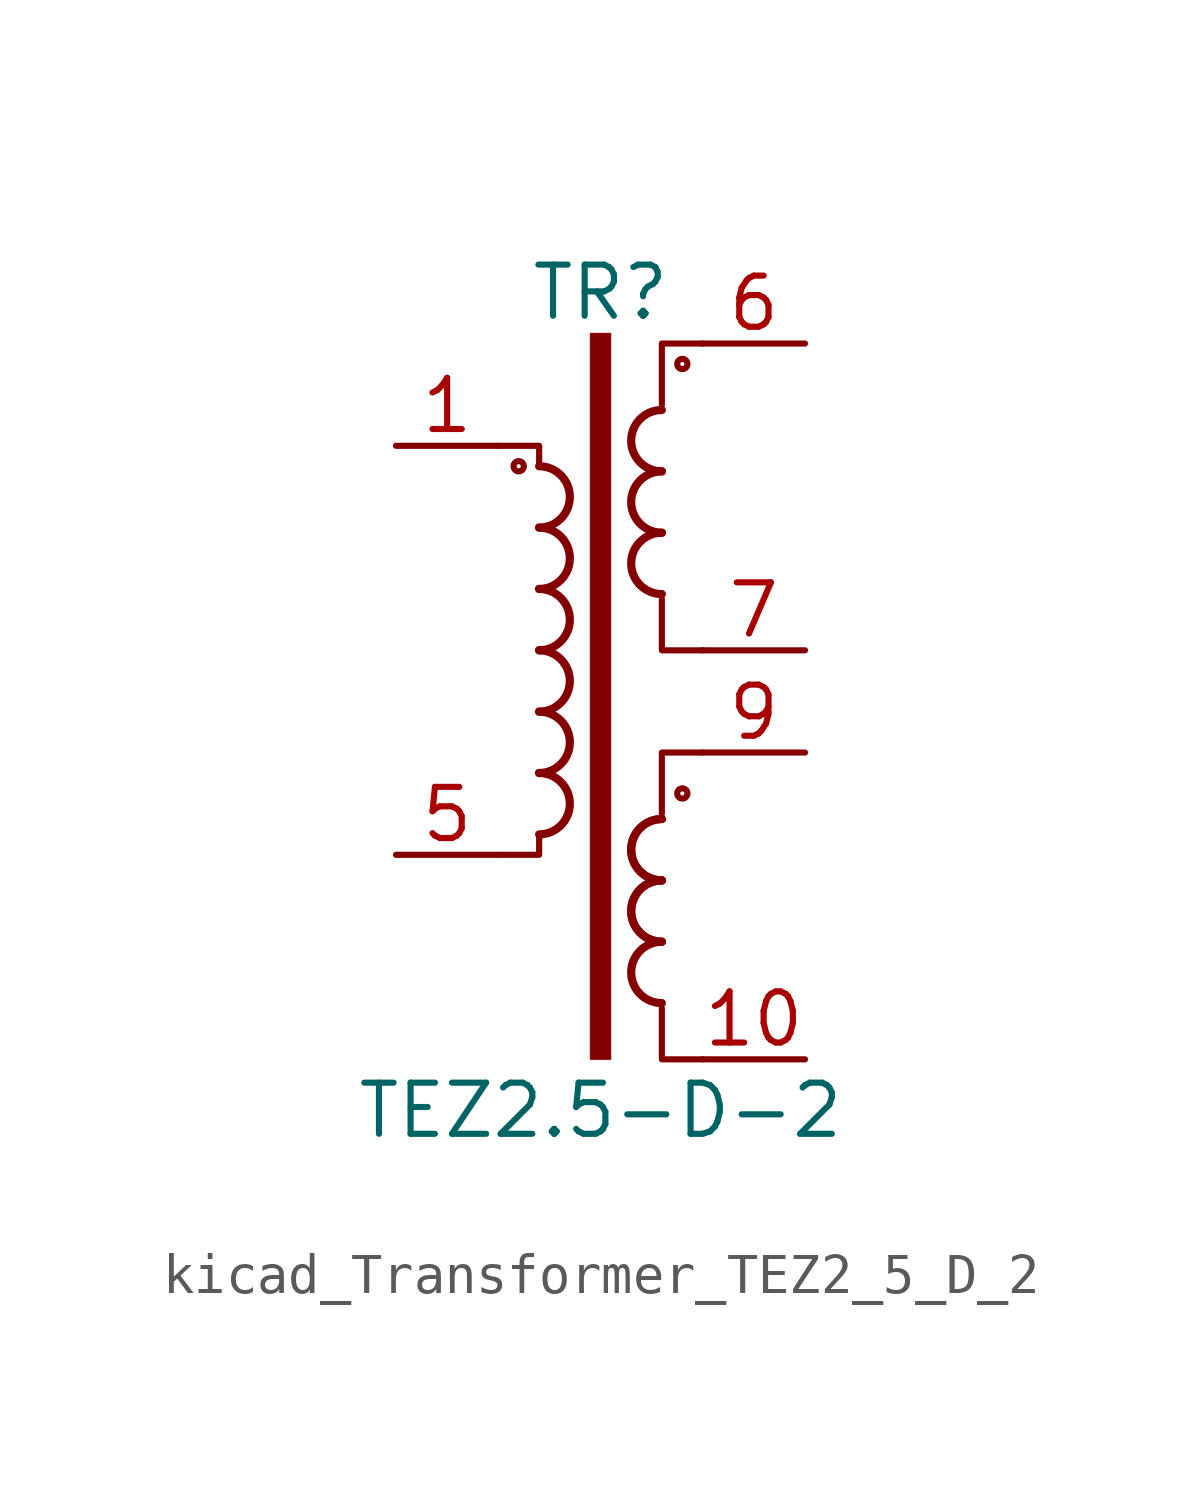
<source format=kicad_sym>
(kicad_symbol_lib
  (version 20220914)
  (generator kicad_symbol_editor)
  (symbol "kicad_Transformer_TEZ2_5_D_2"
    (pin_names
      (offset 0.025))
    (property "Reference" "TR"
      (at 0 8.89 0)
      (effects (font (size 1.27 1.27))))
    (property "Value" "TEZ2.5-D-2"
      (at 0 -11.43 0)
      (effects (font (size 1.27 1.27))))
    (symbol "kicad_Transformer_TEZ2_5_D_2_0_1"
      (circle (center -2.032 4.572) (radius 0.127) (stroke (width 0) (type default)) (fill (type none)))
      (arc (start -1.524 -4.572) (mid -0.7653 -3.81) (end -1.524 -3.048) (stroke (width 0.2032) (type default)) (fill (type none)))
      (arc (start -1.524 -3.048) (mid -0.7653 -2.286) (end -1.524 -1.524) (stroke (width 0.2032) (type default)) (fill (type none)))
      (arc (start -1.524 -1.524) (mid -0.7653 -0.762) (end -1.524 0) (stroke (width 0.2032) (type default)) (fill (type none)))
      (arc (start -1.524 0) (mid -0.7653 0.762) (end -1.524 1.524) (stroke (width 0.2032) (type default)) (fill (type none)))
      (arc (start -1.524 1.524) (mid -0.7653 2.286) (end -1.524 3.048) (stroke (width 0.2032) (type default)) (fill (type none)))
      (arc (start -1.524 3.048) (mid -0.7653 3.81) (end -1.524 4.572) (stroke (width 0.2032) (type default)) (fill (type none)))
      (rectangle (start -0.254 7.874) (end 0.254 -10.16) (stroke (width 0.025) (type default)) (fill (type outline)))
      (polyline (pts (xy -1.524 -4.572) (xy -1.524 -5.08) (xy -2.54 -5.08)) (stroke (width 0) (type default)) (fill (type none)))
      (polyline (pts (xy -1.524 4.572) (xy -1.524 5.08) (xy -2.54 5.08)) (stroke (width 0) (type default)) (fill (type none)))
      (polyline (pts (xy 1.524 -8.89) (xy 1.524 -10.16) (xy 2.54 -10.16)) (stroke (width 0) (type default)) (fill (type none)))
      (polyline (pts (xy 2.54 -2.54) (xy 1.524 -2.54) (xy 1.524 -4.064)) (stroke (width 0) (type default)) (fill (type none)))
      (polyline (pts (xy 2.54 0) (xy 1.524 0) (xy 1.524 1.27)) (stroke (width 0) (type default)) (fill (type none)))
      (polyline (pts (xy 2.54 7.62) (xy 1.524 7.62) (xy 1.524 6.096)) (stroke (width 0) (type default)) (fill (type none)))
      (arc (start 1.524 -7.239) (mid 0.7653 -8.001) (end 1.524 -8.763) (stroke (width 0.2032) (type default)) (fill (type none)))
      (arc (start 1.524 -5.715) (mid 0.7653 -6.477) (end 1.524 -7.239) (stroke (width 0.2032) (type default)) (fill (type none)))
      (arc (start 1.524 -5.715) (mid 0.7653 -6.477) (end 1.524 -7.239) (stroke (width 0.2032) (type default)) (fill (type none)))
      (arc (start 1.524 -4.191) (mid 0.7653 -4.953) (end 1.524 -5.715) (stroke (width 0.2032) (type default)) (fill (type none)))
      (arc (start 1.524 -4.191) (mid 0.7653 -4.953) (end 1.524 -5.715) (stroke (width 0.2032) (type default)) (fill (type none)))
      (arc (start 1.524 2.921) (mid 0.7653 2.159) (end 1.524 1.397) (stroke (width 0.2032) (type default)) (fill (type none)))
      (arc (start 1.524 4.445) (mid 0.7653 3.683) (end 1.524 2.921) (stroke (width 0.2032) (type default)) (fill (type none)))
      (arc (start 1.524 5.969) (mid 0.7653 5.207) (end 1.524 4.445) (stroke (width 0.2032) (type default)) (fill (type none)))
      (circle (center 2.032 -3.556) (radius 0.127) (stroke (width 0) (type default)) (fill (type none)))
      (circle (center 2.032 7.112) (radius 0.127) (stroke (width 0) (type default)) (fill (type none))))
    (symbol "kicad_Transformer_TEZ2_5_D_2_1_1"
      (pin passive line (at -5.08 5.08 0) (length 2.54) (name "~" (effects (font (size 1.27 1.27)))) (number "1" (effects (font (size 1.27 1.27)))))
      (pin passive line (at 5.08 -10.16 180) (length 2.54) (name "~" (effects (font (size 1.27 1.27)))) (number "10" (effects (font (size 1.27 1.27)))))
      (pin passive line (at -5.08 -5.08 0) (length 2.54) (name "~" (effects (font (size 1.27 1.27)))) (number "5" (effects (font (size 1.27 1.27)))))
      (pin passive line (at 5.08 7.62 180) (length 2.54) (name "~" (effects (font (size 1.27 1.27)))) (number "6" (effects (font (size 1.27 1.27)))))
      (pin passive line (at 5.08 0 180) (length 2.54) (name "~" (effects (font (size 1.27 1.27)))) (number "7" (effects (font (size 1.27 1.27)))))
      (pin passive line (at 5.08 -2.54 180) (length 2.54) (name "~" (effects (font (size 1.27 1.27)))) (number "9" (effects (font (size 1.27 1.27))))))))
</source>
